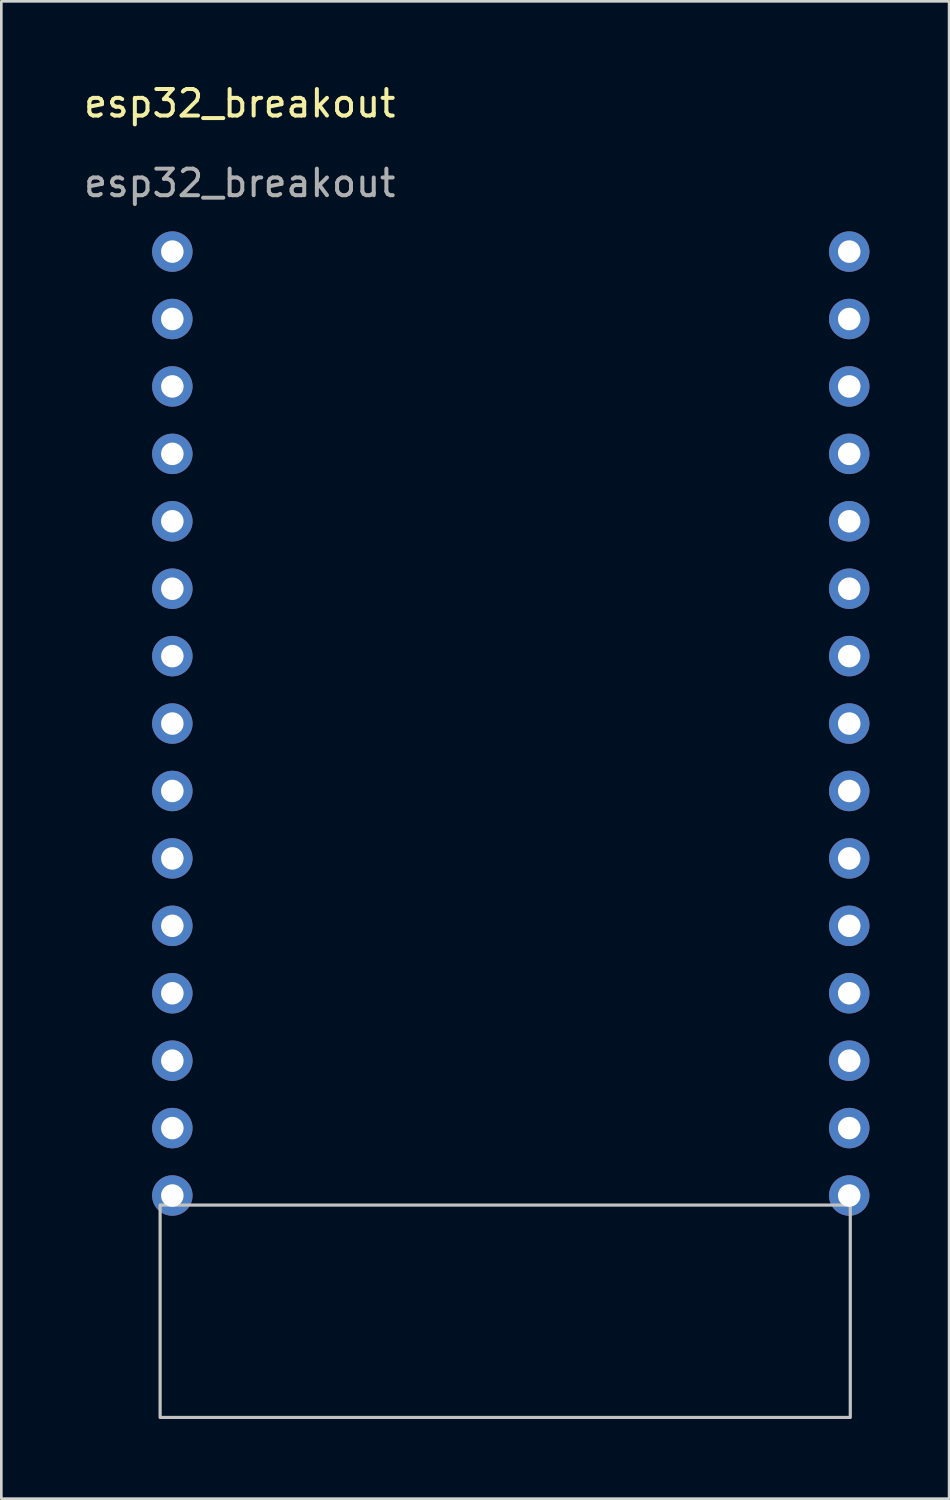
<source format=kicad_pcb>
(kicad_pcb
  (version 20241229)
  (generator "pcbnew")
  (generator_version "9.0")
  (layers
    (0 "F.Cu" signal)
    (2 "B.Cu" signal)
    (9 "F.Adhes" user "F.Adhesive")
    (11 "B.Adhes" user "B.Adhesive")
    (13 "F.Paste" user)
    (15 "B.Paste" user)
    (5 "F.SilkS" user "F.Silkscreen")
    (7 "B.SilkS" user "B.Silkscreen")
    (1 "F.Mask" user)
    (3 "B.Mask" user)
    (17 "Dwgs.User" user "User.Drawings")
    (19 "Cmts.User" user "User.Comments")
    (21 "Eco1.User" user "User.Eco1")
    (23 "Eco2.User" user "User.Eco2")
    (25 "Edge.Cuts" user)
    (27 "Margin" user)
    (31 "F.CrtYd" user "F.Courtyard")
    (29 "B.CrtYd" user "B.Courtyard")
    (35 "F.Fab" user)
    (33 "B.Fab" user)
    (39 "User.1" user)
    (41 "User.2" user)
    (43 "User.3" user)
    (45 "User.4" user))
  (footprint "esp32_breakout"
    (layer "F.Cu")
    (at 5.982 1.348)
    (property "Reference" "esp32_breakout" (at 0 -0.5 0) (unlocked yes) (layer "F.SilkS") (effects (font (size 1 1) (thickness 0.15))))
    (attr through_hole)
    (fp_rect (start -3 41) (end 23 49) (stroke (width 0.12) (type solid)) (fill no) (layer "Dwgs.User"))
    (fp_text user "${REFERENCE}" (at 0 2.5 0) (unlocked yes) (layer "F.Fab") (effects (font (size 1 1) (thickness 0.15))))
    (pad "1" thru_hole circle (at -2.54 5.08) (size 1.524 1.524) (drill 0.85) (layers "*.Cu" "*.Mask"))
    (pad "2" thru_hole circle (at -2.54 7.62) (size 1.524 1.524) (drill 0.85) (layers "*.Cu" "*.Mask"))
    (pad "3" thru_hole circle (at -2.54 10.16) (size 1.524 1.524) (drill 0.85) (layers "*.Cu" "*.Mask"))
    (pad "4" thru_hole circle (at -2.54 12.7) (size 1.524 1.524) (drill 0.85) (layers "*.Cu" "*.Mask"))
    (pad "5" thru_hole circle (at -2.54 15.24) (size 1.524 1.524) (drill 0.85) (layers "*.Cu" "*.Mask"))
    (pad "6" thru_hole circle (at -2.54 17.78) (size 1.524 1.524) (drill 0.85) (layers "*.Cu" "*.Mask"))
    (pad "7" thru_hole circle (at -2.54 20.32) (size 1.524 1.524) (drill 0.85) (layers "*.Cu" "*.Mask"))
    (pad "8" thru_hole circle (at -2.54 22.86) (size 1.524 1.524) (drill 0.85) (layers "*.Cu" "*.Mask"))
    (pad "9" thru_hole circle (at -2.54 25.4) (size 1.524 1.524) (drill 0.85) (layers "*.Cu" "*.Mask"))
    (pad "10" thru_hole circle (at -2.54 27.94) (size 1.524 1.524) (drill 0.85) (layers "*.Cu" "*.Mask"))
    (pad "11" thru_hole circle (at -2.54 30.48) (size 1.524 1.524) (drill 0.85) (layers "*.Cu" "*.Mask"))
    (pad "12" thru_hole circle (at -2.54 33.02) (size 1.524 1.524) (drill 0.85) (layers "*.Cu" "*.Mask"))
    (pad "13" thru_hole circle (at -2.54 35.56) (size 1.524 1.524) (drill 0.85) (layers "*.Cu" "*.Mask"))
    (pad "14" thru_hole circle (at -2.54 38.1) (size 1.524 1.524) (drill 0.85) (layers "*.Cu" "*.Mask"))
    (pad "15" thru_hole circle (at -2.54 40.64) (size 1.524 1.524) (drill 0.85) (layers "*.Cu" "*.Mask"))
    (pad "16" thru_hole circle (at 22.96 5.08) (size 1.524 1.524) (drill 0.85) (layers "*.Cu" "*.Mask"))
    (pad "17" thru_hole circle (at 22.96 7.62) (size 1.524 1.524) (drill 0.85) (layers "*.Cu" "*.Mask"))
    (pad "18" thru_hole circle (at 22.96 10.16) (size 1.524 1.524) (drill 0.85) (layers "*.Cu" "*.Mask"))
    (pad "19" thru_hole circle (at 22.96 12.7) (size 1.524 1.524) (drill 0.85) (layers "*.Cu" "*.Mask"))
    (pad "20" thru_hole circle (at 22.96 15.24) (size 1.524 1.524) (drill 0.85) (layers "*.Cu" "*.Mask"))
    (pad "21" thru_hole circle (at 22.96 17.78) (size 1.524 1.524) (drill 0.85) (layers "*.Cu" "*.Mask"))
    (pad "22" thru_hole circle (at 22.96 20.32) (size 1.524 1.524) (drill 0.85) (layers "*.Cu" "*.Mask"))
    (pad "23" thru_hole circle (at 22.96 22.86) (size 1.524 1.524) (drill 0.85) (layers "*.Cu" "*.Mask"))
    (pad "24" thru_hole circle (at 22.96 25.4) (size 1.524 1.524) (drill 0.85) (layers "*.Cu" "*.Mask"))
    (pad "25" thru_hole circle (at 22.96 27.94) (size 1.524 1.524) (drill 0.85) (layers "*.Cu" "*.Mask"))
    (pad "26" thru_hole circle (at 22.96 30.48) (size 1.524 1.524) (drill 0.85) (layers "*.Cu" "*.Mask"))
    (pad "27" thru_hole circle (at 22.96 33.02) (size 1.524 1.524) (drill 0.85) (layers "*.Cu" "*.Mask"))
    (pad "28" thru_hole circle (at 22.96 35.56) (size 1.524 1.524) (drill 0.85) (layers "*.Cu" "*.Mask"))
    (pad "29" thru_hole circle (at 22.96 38.1) (size 1.524 1.524) (drill 0.85) (layers "*.Cu" "*.Mask"))
    (pad "30" thru_hole circle (at 22.96 40.64) (size 1.524 1.524) (drill 0.85) (layers "*.Cu" "*.Mask")))
  (gr_rect
    (start -3 -3)
    (end 32.704 53.408)
    (stroke (width 0.1) (type default))
    (fill no)
    (layer "Edge.Cuts")))
</source>
